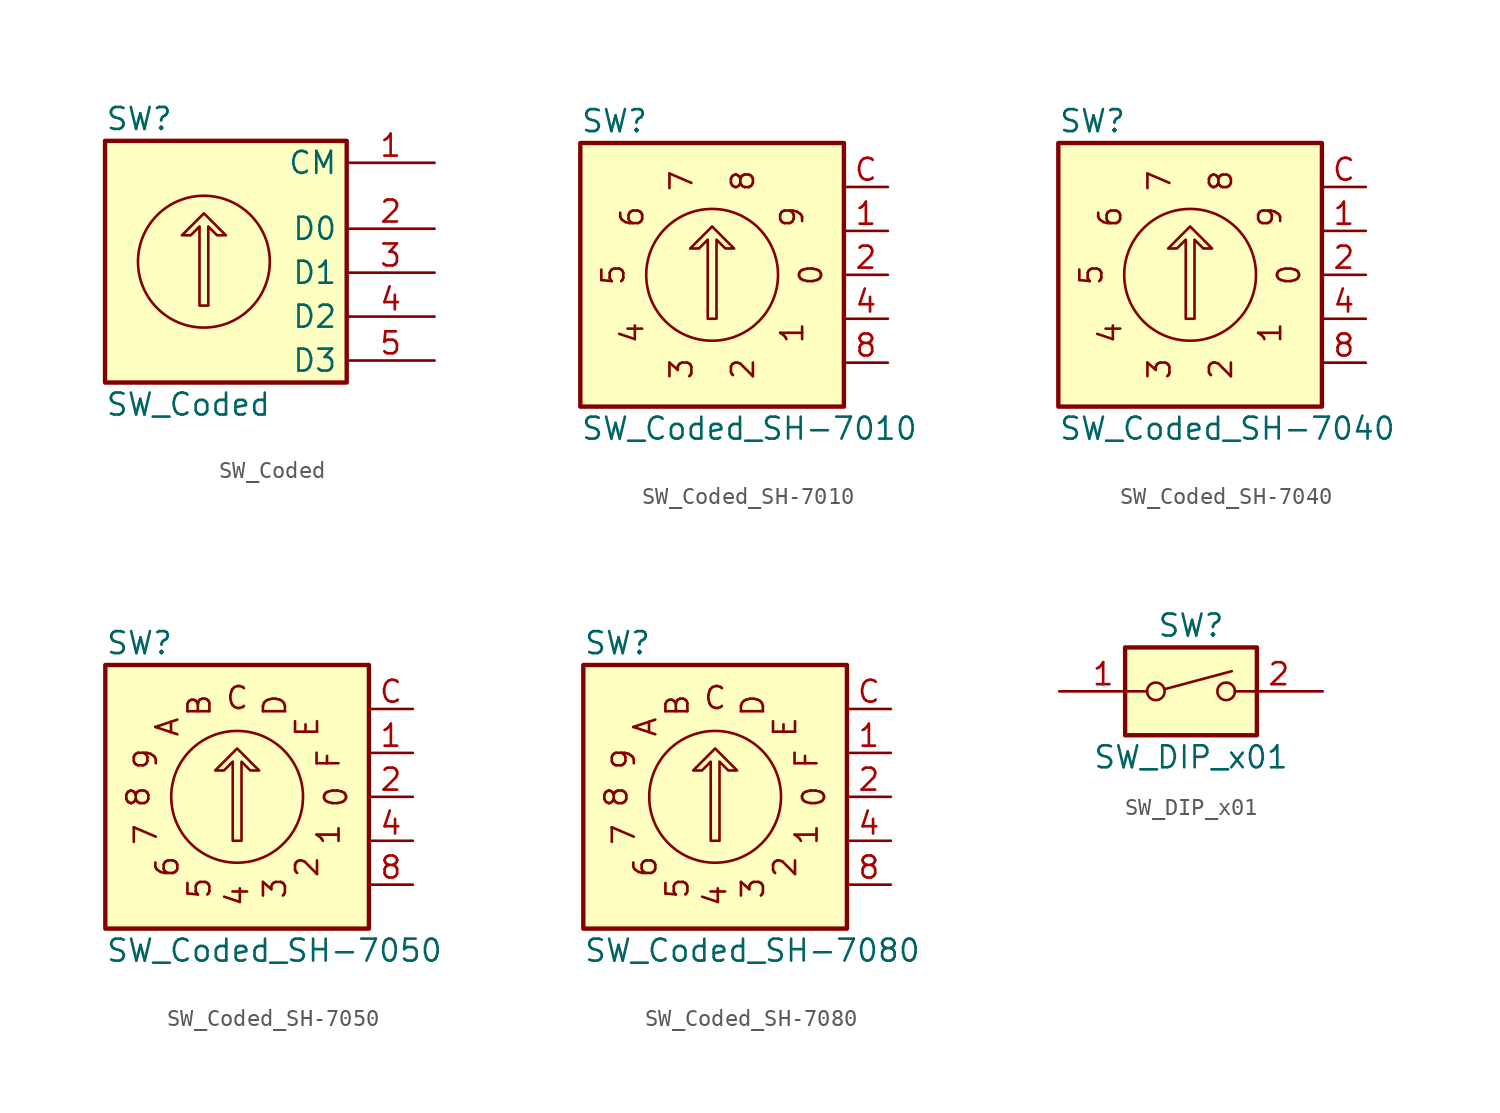
<source format=kicad_sym>
(kicad_symbol_lib
  (version 20201005)
  (generator kicad_symbol_editor)
  (symbol "Switch:SW_Coded"
    (property "Reference" "SW"
      (at -6.35 8.89 0)
      (effects (font (size 1.27 1.27)) (justify left)))
    (property "Value" "SW_Coded"
      (at -6.35 -7.62 0)
      (effects (font (size 1.27 1.27)) (justify left)))
    (symbol "SW_Coded_0_1"
      (circle (center -0.635 0.635) (radius 3.81) (stroke (width 0)) (fill (type none)))
      (rectangle (start 7.62 7.62) (end -6.35 -6.35) (stroke (width 0.254)) (fill (type background)))
      (polyline (pts (xy -0.889 -1.905) (xy -0.889 2.667) (xy -1.397 2.159) (xy -1.905 2.159) (xy -0.635 3.429) (xy 0.635 2.159) (xy 0.127 2.159) (xy -0.381 2.667) (xy -0.381 -1.905) (xy -0.889 -1.905) (xy -0.889 -1.905)) (stroke (width 0)) (fill (type none))))
    (symbol "SW_Coded_1_1"
      (pin passive line (at 12.7 6.35 180) (length 5.08) (name "CM" (effects (font (size 1.27 1.27)))) (number "1" (effects (font (size 1.27 1.27)))))
      (pin passive line (at 12.7 2.54 180) (length 5.08) (name "D0" (effects (font (size 1.27 1.27)))) (number "2" (effects (font (size 1.27 1.27)))))
      (pin passive line (at 12.7 0 180) (length 5.08) (name "D1" (effects (font (size 1.27 1.27)))) (number "3" (effects (font (size 1.27 1.27)))))
      (pin passive line (at 12.7 -2.54 180) (length 5.08) (name "D2" (effects (font (size 1.27 1.27)))) (number "4" (effects (font (size 1.27 1.27)))))
      (pin passive line (at 12.7 -5.08 180) (length 5.08) (name "D3" (effects (font (size 1.27 1.27)))) (number "5" (effects (font (size 1.27 1.27)))))))
  (symbol "Switch:SW_Coded_SH-7010"
    (pin_names hide)
    (property "Reference" "SW"
      (at -7.62 8.89 0)
      (effects (font (size 1.27 1.27)) (justify left)))
    (property "Value" "SW_Coded_SH-7010"
      (at -7.62 -8.89 0)
      (effects (font (size 1.27 1.27)) (justify left)))
    (symbol "SW_Coded_SH-7010_0_0"
      (text "0" (at 5.715 0 2700) (effects (font (size 1.27 1.27))))
      (text "1" (at 4.623 -3.353 2340) (effects (font (size 1.27 1.27))))
      (text "2" (at 1.778 -5.436 1980) (effects (font (size 1.27 1.27))))
      (text "3" (at -1.778 -5.436 1620) (effects (font (size 1.27 1.27))))
      (text "4" (at -4.623 -3.353 1260) (effects (font (size 1.27 1.27))))
      (text "5" (at -5.715 0 900) (effects (font (size 1.27 1.27))))
      (text "6" (at -4.623 3.353 540) (effects (font (size 1.27 1.27))))
      (text "7" (at -1.778 5.436 180) (effects (font (size 1.27 1.27))))
      (text "8" (at 1.778 5.436 3420) (effects (font (size 1.27 1.27))))
      (text "9" (at 4.623 3.353 3060) (effects (font (size 1.27 1.27)))))
    (symbol "SW_Coded_SH-7010_0_1"
      (circle (center 0 0) (radius 3.81) (stroke (width 0)) (fill (type none)))
      (rectangle (start 7.62 7.62) (end -7.62 -7.62) (stroke (width 0.254)) (fill (type background)))
      (polyline (pts (xy -0.254 -2.54) (xy -0.254 2.032) (xy -0.762 1.524) (xy -1.27 1.524) (xy 0 2.794) (xy 1.27 1.524) (xy 0.762 1.524) (xy 0.254 2.032) (xy 0.254 -2.54) (xy -0.254 -2.54) (xy -0.254 -2.54)) (stroke (width 0)) (fill (type none))))
    (symbol "SW_Coded_SH-7010_1_1"
      (pin passive line (at 10.16 2.54 180) (length 2.54) (name "1" (effects (font (size 1.27 1.27)))) (number "1" (effects (font (size 1.27 1.27)))))
      (pin passive line (at 10.16 0 180) (length 2.54) (name "2" (effects (font (size 1.27 1.27)))) (number "2" (effects (font (size 1.27 1.27)))))
      (pin passive line (at 10.16 -2.54 180) (length 2.54) (name "4" (effects (font (size 1.27 1.27)))) (number "4" (effects (font (size 1.27 1.27)))))
      (pin passive line (at 10.16 -5.08 180) (length 2.54) (name "8" (effects (font (size 1.27 1.27)))) (number "8" (effects (font (size 1.27 1.27)))))
      (pin passive line (at 10.16 5.08 180) (length 2.54) (name "C" (effects (font (size 1.27 1.27)))) (number "C" (effects (font (size 1.27 1.27)))))))
  (symbol "Switch:SW_Coded_SH-7040"
    (pin_names hide)
    (property "Reference" "SW"
      (at -7.62 8.89 0)
      (effects (font (size 1.27 1.27)) (justify left)))
    (property "Value" "SW_Coded_SH-7040"
      (at -7.62 -8.89 0)
      (effects (font (size 1.27 1.27)) (justify left)))
    (symbol "SW_Coded_SH-7040_0_0"
      (text "0" (at 5.715 0 2700) (effects (font (size 1.27 1.27))))
      (text "1" (at 4.623 -3.353 2340) (effects (font (size 1.27 1.27))))
      (text "2" (at 1.778 -5.436 1980) (effects (font (size 1.27 1.27))))
      (text "3" (at -1.778 -5.436 1620) (effects (font (size 1.27 1.27))))
      (text "4" (at -4.623 -3.353 1260) (effects (font (size 1.27 1.27))))
      (text "5" (at -5.715 0 900) (effects (font (size 1.27 1.27))))
      (text "6" (at -4.623 3.353 540) (effects (font (size 1.27 1.27))))
      (text "7" (at -1.778 5.436 180) (effects (font (size 1.27 1.27))))
      (text "8" (at 1.778 5.436 3420) (effects (font (size 1.27 1.27))))
      (text "9" (at 4.623 3.353 3060) (effects (font (size 1.27 1.27)))))
    (symbol "SW_Coded_SH-7040_0_1"
      (circle (center 0 0) (radius 3.81) (stroke (width 0)) (fill (type none)))
      (rectangle (start 7.62 7.62) (end -7.62 -7.62) (stroke (width 0.254)) (fill (type background)))
      (polyline (pts (xy -0.254 -2.54) (xy -0.254 2.032) (xy -0.762 1.524) (xy -1.27 1.524) (xy 0 2.794) (xy 1.27 1.524) (xy 0.762 1.524) (xy 0.254 2.032) (xy 0.254 -2.54) (xy -0.254 -2.54) (xy -0.254 -2.54)) (stroke (width 0)) (fill (type none))))
    (symbol "SW_Coded_SH-7040_1_1"
      (pin passive line (at 10.16 2.54 180) (length 2.54) (name "1" (effects (font (size 1.27 1.27)))) (number "1" (effects (font (size 1.27 1.27)))))
      (pin passive line (at 10.16 0 180) (length 2.54) (name "2" (effects (font (size 1.27 1.27)))) (number "2" (effects (font (size 1.27 1.27)))))
      (pin passive line (at 10.16 -2.54 180) (length 2.54) (name "4" (effects (font (size 1.27 1.27)))) (number "4" (effects (font (size 1.27 1.27)))))
      (pin passive line (at 10.16 -5.08 180) (length 2.54) (name "8" (effects (font (size 1.27 1.27)))) (number "8" (effects (font (size 1.27 1.27)))))
      (pin passive line (at 10.16 5.08 180) (length 2.54) (name "C" (effects (font (size 1.27 1.27)))) (number "C" (effects (font (size 1.27 1.27)))))))
  (symbol "Switch:SW_Coded_SH-7050"
    (pin_names hide)
    (property "Reference" "SW"
      (at -7.62 8.89 0)
      (effects (font (size 1.27 1.27)) (justify left)))
    (property "Value" "SW_Coded_SH-7050"
      (at -7.62 -8.89 0)
      (effects (font (size 1.27 1.27)) (justify left)))
    (symbol "SW_Coded_SH-7050_0_0"
      (text "0" (at 5.715 0 2700) (effects (font (size 1.27 1.27))))
      (text "1" (at 5.283 -2.184 2475) (effects (font (size 1.27 1.27))))
      (text "2" (at 4.039 -4.039 2250) (effects (font (size 1.27 1.27))))
      (text "3" (at 2.184 -5.283 2025) (effects (font (size 1.27 1.27))))
      (text "4" (at 0 -5.715 1800) (effects (font (size 1.27 1.27))))
      (text "5" (at -2.184 -5.283 1575) (effects (font (size 1.27 1.27))))
      (text "6" (at -4.039 -4.039 1350) (effects (font (size 1.27 1.27))))
      (text "7" (at -5.283 -2.184 1125) (effects (font (size 1.27 1.27))))
      (text "8" (at -5.715 0 900) (effects (font (size 1.27 1.27))))
      (text "9" (at -5.283 2.184 675) (effects (font (size 1.27 1.27))))
      (text "A" (at -4.039 4.039 450) (effects (font (size 1.27 1.27))))
      (text "B" (at -2.184 5.283 225) (effects (font (size 1.27 1.27))))
      (text "C" (at 0 5.715 0) (effects (font (size 1.27 1.27))))
      (text "D" (at 2.184 5.283 3375) (effects (font (size 1.27 1.27))))
      (text "E" (at 4.039 4.039 3150) (effects (font (size 1.27 1.27))))
      (text "F" (at 5.283 2.184 2925) (effects (font (size 1.27 1.27)))))
    (symbol "SW_Coded_SH-7050_0_1"
      (circle (center 0 0) (radius 3.81) (stroke (width 0)) (fill (type none)))
      (rectangle (start 7.62 7.62) (end -7.62 -7.62) (stroke (width 0.254)) (fill (type background)))
      (polyline (pts (xy -0.254 -2.54) (xy -0.254 2.032) (xy -0.762 1.524) (xy -1.27 1.524) (xy 0 2.794) (xy 1.27 1.524) (xy 0.762 1.524) (xy 0.254 2.032) (xy 0.254 -2.54) (xy -0.254 -2.54) (xy -0.254 -2.54)) (stroke (width 0)) (fill (type none))))
    (symbol "SW_Coded_SH-7050_1_1"
      (pin passive line (at 10.16 2.54 180) (length 2.54) (name "1" (effects (font (size 1.27 1.27)))) (number "1" (effects (font (size 1.27 1.27)))))
      (pin passive line (at 10.16 0 180) (length 2.54) (name "2" (effects (font (size 1.27 1.27)))) (number "2" (effects (font (size 1.27 1.27)))))
      (pin passive line (at 10.16 -2.54 180) (length 2.54) (name "4" (effects (font (size 1.27 1.27)))) (number "4" (effects (font (size 1.27 1.27)))))
      (pin passive line (at 10.16 -5.08 180) (length 2.54) (name "8" (effects (font (size 1.27 1.27)))) (number "8" (effects (font (size 1.27 1.27)))))
      (pin passive line (at 10.16 5.08 180) (length 2.54) (name "C" (effects (font (size 1.27 1.27)))) (number "C" (effects (font (size 1.27 1.27)))))))
  (symbol "Switch:SW_Coded_SH-7080"
    (pin_names hide)
    (property "Reference" "SW"
      (at -7.62 8.89 0)
      (effects (font (size 1.27 1.27)) (justify left)))
    (property "Value" "SW_Coded_SH-7080"
      (at -7.62 -8.89 0)
      (effects (font (size 1.27 1.27)) (justify left)))
    (symbol "SW_Coded_SH-7080_0_0"
      (text "0" (at 5.715 0 2700) (effects (font (size 1.27 1.27))))
      (text "1" (at 5.283 -2.184 2475) (effects (font (size 1.27 1.27))))
      (text "2" (at 4.039 -4.039 2250) (effects (font (size 1.27 1.27))))
      (text "3" (at 2.184 -5.283 2025) (effects (font (size 1.27 1.27))))
      (text "4" (at 0 -5.715 1800) (effects (font (size 1.27 1.27))))
      (text "5" (at -2.184 -5.283 1575) (effects (font (size 1.27 1.27))))
      (text "6" (at -4.039 -4.039 1350) (effects (font (size 1.27 1.27))))
      (text "7" (at -5.283 -2.184 1125) (effects (font (size 1.27 1.27))))
      (text "8" (at -5.715 0 900) (effects (font (size 1.27 1.27))))
      (text "9" (at -5.283 2.184 675) (effects (font (size 1.27 1.27))))
      (text "A" (at -4.039 4.039 450) (effects (font (size 1.27 1.27))))
      (text "B" (at -2.184 5.283 225) (effects (font (size 1.27 1.27))))
      (text "C" (at 0 5.715 0) (effects (font (size 1.27 1.27))))
      (text "D" (at 2.184 5.283 3375) (effects (font (size 1.27 1.27))))
      (text "E" (at 4.039 4.039 3150) (effects (font (size 1.27 1.27))))
      (text "F" (at 5.283 2.184 2925) (effects (font (size 1.27 1.27)))))
    (symbol "SW_Coded_SH-7080_0_1"
      (circle (center 0 0) (radius 3.81) (stroke (width 0)) (fill (type none)))
      (rectangle (start 7.62 7.62) (end -7.62 -7.62) (stroke (width 0.254)) (fill (type background)))
      (polyline (pts (xy -0.254 -2.54) (xy -0.254 2.032) (xy -0.762 1.524) (xy -1.27 1.524) (xy 0 2.794) (xy 1.27 1.524) (xy 0.762 1.524) (xy 0.254 2.032) (xy 0.254 -2.54) (xy -0.254 -2.54) (xy -0.254 -2.54)) (stroke (width 0)) (fill (type none))))
    (symbol "SW_Coded_SH-7080_1_1"
      (pin passive line (at 10.16 2.54 180) (length 2.54) (name "1" (effects (font (size 1.27 1.27)))) (number "1" (effects (font (size 1.27 1.27)))))
      (pin passive line (at 10.16 0 180) (length 2.54) (name "2" (effects (font (size 1.27 1.27)))) (number "2" (effects (font (size 1.27 1.27)))))
      (pin passive line (at 10.16 -2.54 180) (length 2.54) (name "4" (effects (font (size 1.27 1.27)))) (number "4" (effects (font (size 1.27 1.27)))))
      (pin passive line (at 10.16 -5.08 180) (length 2.54) (name "8" (effects (font (size 1.27 1.27)))) (number "8" (effects (font (size 1.27 1.27)))))
      (pin passive line (at 10.16 5.08 180) (length 2.54) (name "C" (effects (font (size 1.27 1.27)))) (number "C" (effects (font (size 1.27 1.27)))))))
  (symbol "Switch:SW_DIP_x01"
    (pin_names
      (offset 0) hide)
    (property "Reference" "SW"
      (at 0 3.81 0)
      (effects (font (size 1.27 1.27))))
    (property "Value" "SW_DIP_x01"
      (at 0 -3.81 0)
      (effects (font (size 1.27 1.27))))
    (symbol "SW_DIP_x01_0_0"
      (circle (center -2.032 0) (radius 0.508) (stroke (width 0)) (fill (type none)))
      (circle (center 2.032 0) (radius 0.508) (stroke (width 0)) (fill (type none)))
      (polyline (pts (xy -1.524 0.127) (xy 2.362 1.168)) (stroke (width 0)) (fill (type none))))
    (symbol "SW_DIP_x01_0_1"
      (rectangle (start -3.81 2.54) (end 3.81 -2.54) (stroke (width 0.254)) (fill (type background))))
    (symbol "SW_DIP_x01_1_1"
      (pin passive line (at -7.62 0 0) (length 5.08) (name "~" (effects (font (size 1.27 1.27)))) (number "1" (effects (font (size 1.27 1.27)))))
      (pin passive line (at 7.62 0 180) (length 5.08) (name "~" (effects (font (size 1.27 1.27)))) (number "2" (effects (font (size 1.27 1.27))))))))
</source>
